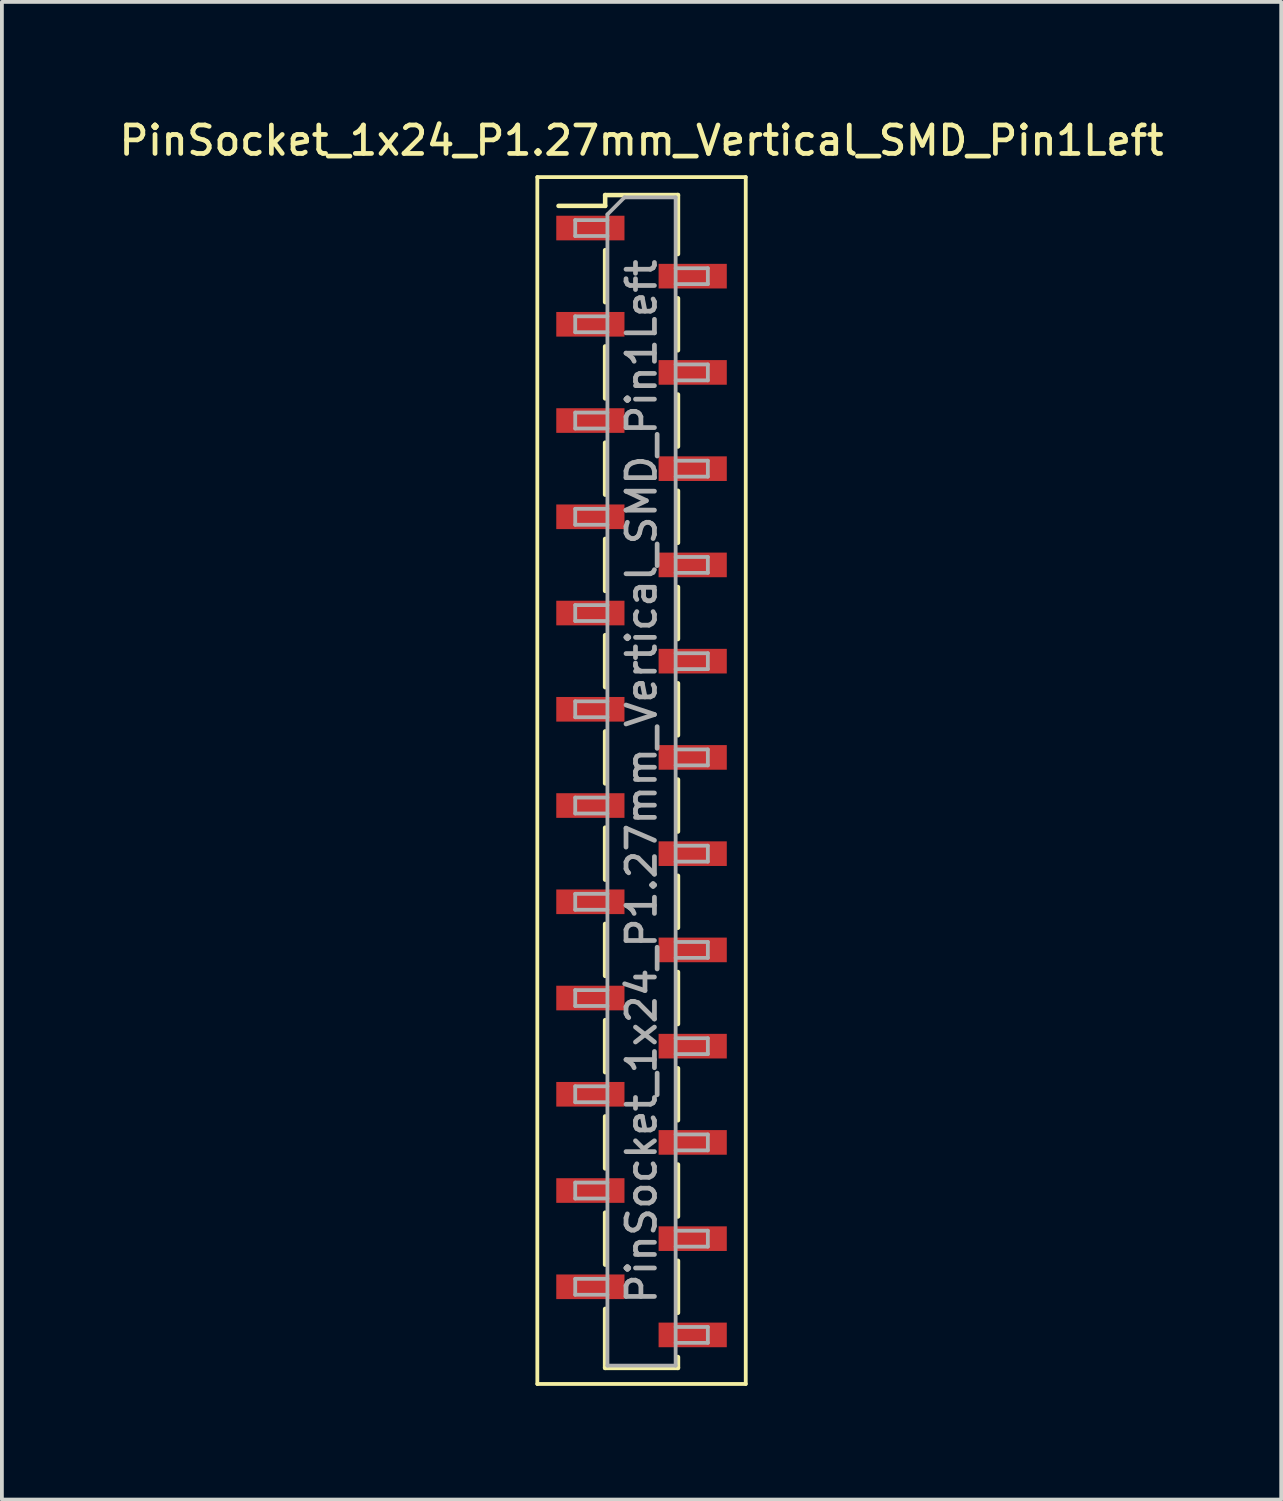
<source format=kicad_pcb>
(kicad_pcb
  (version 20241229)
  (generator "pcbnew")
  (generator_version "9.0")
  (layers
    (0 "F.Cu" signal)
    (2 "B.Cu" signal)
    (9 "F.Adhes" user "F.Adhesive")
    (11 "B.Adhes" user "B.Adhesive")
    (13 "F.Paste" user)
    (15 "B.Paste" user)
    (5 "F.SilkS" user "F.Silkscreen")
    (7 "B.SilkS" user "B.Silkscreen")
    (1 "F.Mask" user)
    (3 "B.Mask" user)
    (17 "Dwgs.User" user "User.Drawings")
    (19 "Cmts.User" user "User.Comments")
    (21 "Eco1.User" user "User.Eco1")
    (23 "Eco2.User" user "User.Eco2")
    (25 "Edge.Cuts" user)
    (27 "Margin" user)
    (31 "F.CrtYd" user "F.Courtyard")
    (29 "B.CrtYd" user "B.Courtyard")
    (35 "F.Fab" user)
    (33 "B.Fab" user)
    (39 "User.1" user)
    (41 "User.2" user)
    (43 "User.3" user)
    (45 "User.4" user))
  (footprint "PinSocket_1x24_P1.27mm_Vertical_SMD_Pin1Left"
    (layer "F.Cu")
    (at 13.88 17.573)
    (property "Reference" "PinSocket_1x24_P1.27mm_Vertical_SMD_Pin1Left" (at 0 -16.915 0) (layer "F.SilkS") (effects (font (size 0.75 0.75) (thickness 0.125))))
    (attr smd)
    (fp_line (start -2.75 -15.95) (end 2.75 -15.95) (stroke (width 0.1) (type solid)) (layer "F.SilkS"))
    (fp_line (start -2.75 15.9) (end -2.75 -15.95) (stroke (width 0.1) (type solid)) (layer "F.SilkS"))
    (fp_line (start -2.19 -15.19) (end -0.96 -15.19) (stroke (width 0.12) (type solid)) (layer "F.SilkS"))
    (fp_line (start -0.96 -15.475) (end -0.96 -15.19) (stroke (width 0.12) (type solid)) (layer "F.SilkS"))
    (fp_line (start -0.96 -15.475) (end 0.96 -15.475) (stroke (width 0.12) (type solid)) (layer "F.SilkS"))
    (fp_line (start -0.96 -14.02) (end -0.96 -12.65) (stroke (width 0.12) (type solid)) (layer "F.SilkS"))
    (fp_line (start -0.96 -11.48) (end -0.96 -10.11) (stroke (width 0.12) (type solid)) (layer "F.SilkS"))
    (fp_line (start -0.96 -8.94) (end -0.96 -7.57) (stroke (width 0.12) (type solid)) (layer "F.SilkS"))
    (fp_line (start -0.96 -6.4) (end -0.96 -5.03) (stroke (width 0.12) (type solid)) (layer "F.SilkS"))
    (fp_line (start -0.96 -3.86) (end -0.96 -2.49) (stroke (width 0.12) (type solid)) (layer "F.SilkS"))
    (fp_line (start -0.96 -1.32) (end -0.96 0.05) (stroke (width 0.12) (type solid)) (layer "F.SilkS"))
    (fp_line (start -0.96 1.22) (end -0.96 2.59) (stroke (width 0.12) (type solid)) (layer "F.SilkS"))
    (fp_line (start -0.96 3.76) (end -0.96 5.13) (stroke (width 0.12) (type solid)) (layer "F.SilkS"))
    (fp_line (start -0.96 6.3) (end -0.96 7.67) (stroke (width 0.12) (type solid)) (layer "F.SilkS"))
    (fp_line (start -0.96 8.84) (end -0.96 10.21) (stroke (width 0.12) (type solid)) (layer "F.SilkS"))
    (fp_line (start -0.96 11.38) (end -0.96 12.75) (stroke (width 0.12) (type solid)) (layer "F.SilkS"))
    (fp_line (start -0.96 13.92) (end -0.96 15.475) (stroke (width 0.12) (type solid)) (layer "F.SilkS"))
    (fp_line (start -0.96 15.475) (end 0.96 15.475) (stroke (width 0.12) (type solid)) (layer "F.SilkS"))
    (fp_line (start 0.96 -15.475) (end 0.96 -13.92) (stroke (width 0.12) (type solid)) (layer "F.SilkS"))
    (fp_line (start 0.96 -12.75) (end 0.96 -11.38) (stroke (width 0.12) (type solid)) (layer "F.SilkS"))
    (fp_line (start 0.96 -10.21) (end 0.96 -8.84) (stroke (width 0.12) (type solid)) (layer "F.SilkS"))
    (fp_line (start 0.96 -7.67) (end 0.96 -6.3) (stroke (width 0.12) (type solid)) (layer "F.SilkS"))
    (fp_line (start 0.96 -5.13) (end 0.96 -3.76) (stroke (width 0.12) (type solid)) (layer "F.SilkS"))
    (fp_line (start 0.96 -2.59) (end 0.96 -1.22) (stroke (width 0.12) (type solid)) (layer "F.SilkS"))
    (fp_line (start 0.96 -0.05) (end 0.96 1.32) (stroke (width 0.12) (type solid)) (layer "F.SilkS"))
    (fp_line (start 0.96 2.49) (end 0.96 3.86) (stroke (width 0.12) (type solid)) (layer "F.SilkS"))
    (fp_line (start 0.96 5.03) (end 0.96 6.4) (stroke (width 0.12) (type solid)) (layer "F.SilkS"))
    (fp_line (start 0.96 7.57) (end 0.96 8.94) (stroke (width 0.12) (type solid)) (layer "F.SilkS"))
    (fp_line (start 0.96 10.11) (end 0.96 11.48) (stroke (width 0.12) (type solid)) (layer "F.SilkS"))
    (fp_line (start 0.96 12.65) (end 0.96 14.02) (stroke (width 0.12) (type solid)) (layer "F.SilkS"))
    (fp_line (start 0.96 15.19) (end 0.96 15.475) (stroke (width 0.12) (type solid)) (layer "F.SilkS"))
    (fp_line (start 2.75 -15.95) (end 2.75 15.9) (stroke (width 0.1) (type solid)) (layer "F.SilkS"))
    (fp_line (start 2.75 15.9) (end -2.75 15.9) (stroke (width 0.1) (type solid)) (layer "F.SilkS"))
    (fp_line (start -1.75 -14.815) (end -0.9 -14.815) (stroke (width 0.1) (type solid)) (layer "F.Fab"))
    (fp_line (start -1.75 -14.395) (end -1.75 -14.815) (stroke (width 0.1) (type solid)) (layer "F.Fab"))
    (fp_line (start -1.75 -12.275) (end -0.9 -12.275) (stroke (width 0.1) (type solid)) (layer "F.Fab"))
    (fp_line (start -1.75 -11.855) (end -1.75 -12.275) (stroke (width 0.1) (type solid)) (layer "F.Fab"))
    (fp_line (start -1.75 -9.735) (end -0.9 -9.735) (stroke (width 0.1) (type solid)) (layer "F.Fab"))
    (fp_line (start -1.75 -9.315) (end -1.75 -9.735) (stroke (width 0.1) (type solid)) (layer "F.Fab"))
    (fp_line (start -1.75 -7.195) (end -0.9 -7.195) (stroke (width 0.1) (type solid)) (layer "F.Fab"))
    (fp_line (start -1.75 -6.775) (end -1.75 -7.195) (stroke (width 0.1) (type solid)) (layer "F.Fab"))
    (fp_line (start -1.75 -4.655) (end -0.9 -4.655) (stroke (width 0.1) (type solid)) (layer "F.Fab"))
    (fp_line (start -1.75 -4.235) (end -1.75 -4.655) (stroke (width 0.1) (type solid)) (layer "F.Fab"))
    (fp_line (start -1.75 -2.115) (end -0.9 -2.115) (stroke (width 0.1) (type solid)) (layer "F.Fab"))
    (fp_line (start -1.75 -1.695) (end -1.75 -2.115) (stroke (width 0.1) (type solid)) (layer "F.Fab"))
    (fp_line (start -1.75 0.425) (end -0.9 0.425) (stroke (width 0.1) (type solid)) (layer "F.Fab"))
    (fp_line (start -1.75 0.845) (end -1.75 0.425) (stroke (width 0.1) (type solid)) (layer "F.Fab"))
    (fp_line (start -1.75 2.965) (end -0.9 2.965) (stroke (width 0.1) (type solid)) (layer "F.Fab"))
    (fp_line (start -1.75 3.385) (end -1.75 2.965) (stroke (width 0.1) (type solid)) (layer "F.Fab"))
    (fp_line (start -1.75 5.505) (end -0.9 5.505) (stroke (width 0.1) (type solid)) (layer "F.Fab"))
    (fp_line (start -1.75 5.925) (end -1.75 5.505) (stroke (width 0.1) (type solid)) (layer "F.Fab"))
    (fp_line (start -1.75 8.045) (end -0.9 8.045) (stroke (width 0.1) (type solid)) (layer "F.Fab"))
    (fp_line (start -1.75 8.465) (end -1.75 8.045) (stroke (width 0.1) (type solid)) (layer "F.Fab"))
    (fp_line (start -1.75 10.585) (end -0.9 10.585) (stroke (width 0.1) (type solid)) (layer "F.Fab"))
    (fp_line (start -1.75 11.005) (end -1.75 10.585) (stroke (width 0.1) (type solid)) (layer "F.Fab"))
    (fp_line (start -1.75 13.125) (end -0.9 13.125) (stroke (width 0.1) (type solid)) (layer "F.Fab"))
    (fp_line (start -1.75 13.545) (end -1.75 13.125) (stroke (width 0.1) (type solid)) (layer "F.Fab"))
    (fp_line (start -0.9 -14.965) (end -0.45 -15.415) (stroke (width 0.1) (type solid)) (layer "F.Fab"))
    (fp_line (start -0.9 -14.395) (end -1.75 -14.395) (stroke (width 0.1) (type solid)) (layer "F.Fab"))
    (fp_line (start -0.9 -11.855) (end -1.75 -11.855) (stroke (width 0.1) (type solid)) (layer "F.Fab"))
    (fp_line (start -0.9 -9.315) (end -1.75 -9.315) (stroke (width 0.1) (type solid)) (layer "F.Fab"))
    (fp_line (start -0.9 -6.775) (end -1.75 -6.775) (stroke (width 0.1) (type solid)) (layer "F.Fab"))
    (fp_line (start -0.9 -4.235) (end -1.75 -4.235) (stroke (width 0.1) (type solid)) (layer "F.Fab"))
    (fp_line (start -0.9 -1.695) (end -1.75 -1.695) (stroke (width 0.1) (type solid)) (layer "F.Fab"))
    (fp_line (start -0.9 0.845) (end -1.75 0.845) (stroke (width 0.1) (type solid)) (layer "F.Fab"))
    (fp_line (start -0.9 3.385) (end -1.75 3.385) (stroke (width 0.1) (type solid)) (layer "F.Fab"))
    (fp_line (start -0.9 5.925) (end -1.75 5.925) (stroke (width 0.1) (type solid)) (layer "F.Fab"))
    (fp_line (start -0.9 8.465) (end -1.75 8.465) (stroke (width 0.1) (type solid)) (layer "F.Fab"))
    (fp_line (start -0.9 11.005) (end -1.75 11.005) (stroke (width 0.1) (type solid)) (layer "F.Fab"))
    (fp_line (start -0.9 13.545) (end -1.75 13.545) (stroke (width 0.1) (type solid)) (layer "F.Fab"))
    (fp_line (start -0.9 15.415) (end -0.9 -14.965) (stroke (width 0.1) (type solid)) (layer "F.Fab"))
    (fp_line (start -0.45 -15.415) (end 0.9 -15.415) (stroke (width 0.1) (type solid)) (layer "F.Fab"))
    (fp_line (start 0.9 -15.415) (end 0.9 15.415) (stroke (width 0.1) (type solid)) (layer "F.Fab"))
    (fp_line (start 0.9 -13.545) (end 1.75 -13.545) (stroke (width 0.1) (type solid)) (layer "F.Fab"))
    (fp_line (start 0.9 -11.005) (end 1.75 -11.005) (stroke (width 0.1) (type solid)) (layer "F.Fab"))
    (fp_line (start 0.9 -8.465) (end 1.75 -8.465) (stroke (width 0.1) (type solid)) (layer "F.Fab"))
    (fp_line (start 0.9 -5.925) (end 1.75 -5.925) (stroke (width 0.1) (type solid)) (layer "F.Fab"))
    (fp_line (start 0.9 -3.385) (end 1.75 -3.385) (stroke (width 0.1) (type solid)) (layer "F.Fab"))
    (fp_line (start 0.9 -0.845) (end 1.75 -0.845) (stroke (width 0.1) (type solid)) (layer "F.Fab"))
    (fp_line (start 0.9 1.695) (end 1.75 1.695) (stroke (width 0.1) (type solid)) (layer "F.Fab"))
    (fp_line (start 0.9 4.235) (end 1.75 4.235) (stroke (width 0.1) (type solid)) (layer "F.Fab"))
    (fp_line (start 0.9 6.775) (end 1.75 6.775) (stroke (width 0.1) (type solid)) (layer "F.Fab"))
    (fp_line (start 0.9 9.315) (end 1.75 9.315) (stroke (width 0.1) (type solid)) (layer "F.Fab"))
    (fp_line (start 0.9 11.855) (end 1.75 11.855) (stroke (width 0.1) (type solid)) (layer "F.Fab"))
    (fp_line (start 0.9 14.395) (end 1.75 14.395) (stroke (width 0.1) (type solid)) (layer "F.Fab"))
    (fp_line (start 0.9 15.415) (end -0.9 15.415) (stroke (width 0.1) (type solid)) (layer "F.Fab"))
    (fp_line (start 1.75 -13.545) (end 1.75 -13.125) (stroke (width 0.1) (type solid)) (layer "F.Fab"))
    (fp_line (start 1.75 -13.125) (end 0.9 -13.125) (stroke (width 0.1) (type solid)) (layer "F.Fab"))
    (fp_line (start 1.75 -11.005) (end 1.75 -10.585) (stroke (width 0.1) (type solid)) (layer "F.Fab"))
    (fp_line (start 1.75 -10.585) (end 0.9 -10.585) (stroke (width 0.1) (type solid)) (layer "F.Fab"))
    (fp_line (start 1.75 -8.465) (end 1.75 -8.045) (stroke (width 0.1) (type solid)) (layer "F.Fab"))
    (fp_line (start 1.75 -8.045) (end 0.9 -8.045) (stroke (width 0.1) (type solid)) (layer "F.Fab"))
    (fp_line (start 1.75 -5.925) (end 1.75 -5.505) (stroke (width 0.1) (type solid)) (layer "F.Fab"))
    (fp_line (start 1.75 -5.505) (end 0.9 -5.505) (stroke (width 0.1) (type solid)) (layer "F.Fab"))
    (fp_line (start 1.75 -3.385) (end 1.75 -2.965) (stroke (width 0.1) (type solid)) (layer "F.Fab"))
    (fp_line (start 1.75 -2.965) (end 0.9 -2.965) (stroke (width 0.1) (type solid)) (layer "F.Fab"))
    (fp_line (start 1.75 -0.845) (end 1.75 -0.425) (stroke (width 0.1) (type solid)) (layer "F.Fab"))
    (fp_line (start 1.75 -0.425) (end 0.9 -0.425) (stroke (width 0.1) (type solid)) (layer "F.Fab"))
    (fp_line (start 1.75 1.695) (end 1.75 2.115) (stroke (width 0.1) (type solid)) (layer "F.Fab"))
    (fp_line (start 1.75 2.115) (end 0.9 2.115) (stroke (width 0.1) (type solid)) (layer "F.Fab"))
    (fp_line (start 1.75 4.235) (end 1.75 4.655) (stroke (width 0.1) (type solid)) (layer "F.Fab"))
    (fp_line (start 1.75 4.655) (end 0.9 4.655) (stroke (width 0.1) (type solid)) (layer "F.Fab"))
    (fp_line (start 1.75 6.775) (end 1.75 7.195) (stroke (width 0.1) (type solid)) (layer "F.Fab"))
    (fp_line (start 1.75 7.195) (end 0.9 7.195) (stroke (width 0.1) (type solid)) (layer "F.Fab"))
    (fp_line (start 1.75 9.315) (end 1.75 9.735) (stroke (width 0.1) (type solid)) (layer "F.Fab"))
    (fp_line (start 1.75 9.735) (end 0.9 9.735) (stroke (width 0.1) (type solid)) (layer "F.Fab"))
    (fp_line (start 1.75 11.855) (end 1.75 12.275) (stroke (width 0.1) (type solid)) (layer "F.Fab"))
    (fp_line (start 1.75 12.275) (end 0.9 12.275) (stroke (width 0.1) (type solid)) (layer "F.Fab"))
    (fp_line (start 1.75 14.395) (end 1.75 14.815) (stroke (width 0.1) (type solid)) (layer "F.Fab"))
    (fp_line (start 1.75 14.815) (end 0.9 14.815) (stroke (width 0.1) (type solid)) (layer "F.Fab"))
    (fp_text user "${REFERENCE}" (at 0 0 90) (layer "F.Fab") (effects (font (size 0.75 0.75) (thickness 0.125))))
    (pad "1" smd rect (at -1.35 -14.605) (size 1.8 0.65) (layers "F.Cu" "F.Mask" "F.Paste"))
    (pad "2" smd rect (at 1.35 -13.335) (size 1.8 0.65) (layers "F.Cu" "F.Mask" "F.Paste"))
    (pad "3" smd rect (at -1.35 -12.065) (size 1.8 0.65) (layers "F.Cu" "F.Mask" "F.Paste"))
    (pad "4" smd rect (at 1.35 -10.795) (size 1.8 0.65) (layers "F.Cu" "F.Mask" "F.Paste"))
    (pad "5" smd rect (at -1.35 -9.525) (size 1.8 0.65) (layers "F.Cu" "F.Mask" "F.Paste"))
    (pad "6" smd rect (at 1.35 -8.255) (size 1.8 0.65) (layers "F.Cu" "F.Mask" "F.Paste"))
    (pad "7" smd rect (at -1.35 -6.985) (size 1.8 0.65) (layers "F.Cu" "F.Mask" "F.Paste"))
    (pad "8" smd rect (at 1.35 -5.715) (size 1.8 0.65) (layers "F.Cu" "F.Mask" "F.Paste"))
    (pad "9" smd rect (at -1.35 -4.445) (size 1.8 0.65) (layers "F.Cu" "F.Mask" "F.Paste"))
    (pad "10" smd rect (at 1.35 -3.175) (size 1.8 0.65) (layers "F.Cu" "F.Mask" "F.Paste"))
    (pad "11" smd rect (at -1.35 -1.905) (size 1.8 0.65) (layers "F.Cu" "F.Mask" "F.Paste"))
    (pad "12" smd rect (at 1.35 -0.635) (size 1.8 0.65) (layers "F.Cu" "F.Mask" "F.Paste"))
    (pad "13" smd rect (at -1.35 0.635) (size 1.8 0.65) (layers "F.Cu" "F.Mask" "F.Paste"))
    (pad "14" smd rect (at 1.35 1.905) (size 1.8 0.65) (layers "F.Cu" "F.Mask" "F.Paste"))
    (pad "15" smd rect (at -1.35 3.175) (size 1.8 0.65) (layers "F.Cu" "F.Mask" "F.Paste"))
    (pad "16" smd rect (at 1.35 4.445) (size 1.8 0.65) (layers "F.Cu" "F.Mask" "F.Paste"))
    (pad "17" smd rect (at -1.35 5.715) (size 1.8 0.65) (layers "F.Cu" "F.Mask" "F.Paste"))
    (pad "18" smd rect (at 1.35 6.985) (size 1.8 0.65) (layers "F.Cu" "F.Mask" "F.Paste"))
    (pad "19" smd rect (at -1.35 8.255) (size 1.8 0.65) (layers "F.Cu" "F.Mask" "F.Paste"))
    (pad "20" smd rect (at 1.35 9.525) (size 1.8 0.65) (layers "F.Cu" "F.Mask" "F.Paste"))
    (pad "21" smd rect (at -1.35 10.795) (size 1.8 0.65) (layers "F.Cu" "F.Mask" "F.Paste"))
    (pad "22" smd rect (at 1.35 12.065) (size 1.8 0.65) (layers "F.Cu" "F.Mask" "F.Paste"))
    (pad "23" smd rect (at -1.35 13.335) (size 1.8 0.65) (layers "F.Cu" "F.Mask" "F.Paste"))
    (pad "24" smd rect (at 1.35 14.605) (size 1.8 0.65) (layers "F.Cu" "F.Mask" "F.Paste")))
  (gr_rect
    (start -3 -3)
    (end 30.761 36.523)
    (stroke (width 0.1) (type default))
    (fill no)
    (layer "Edge.Cuts")))
</source>
